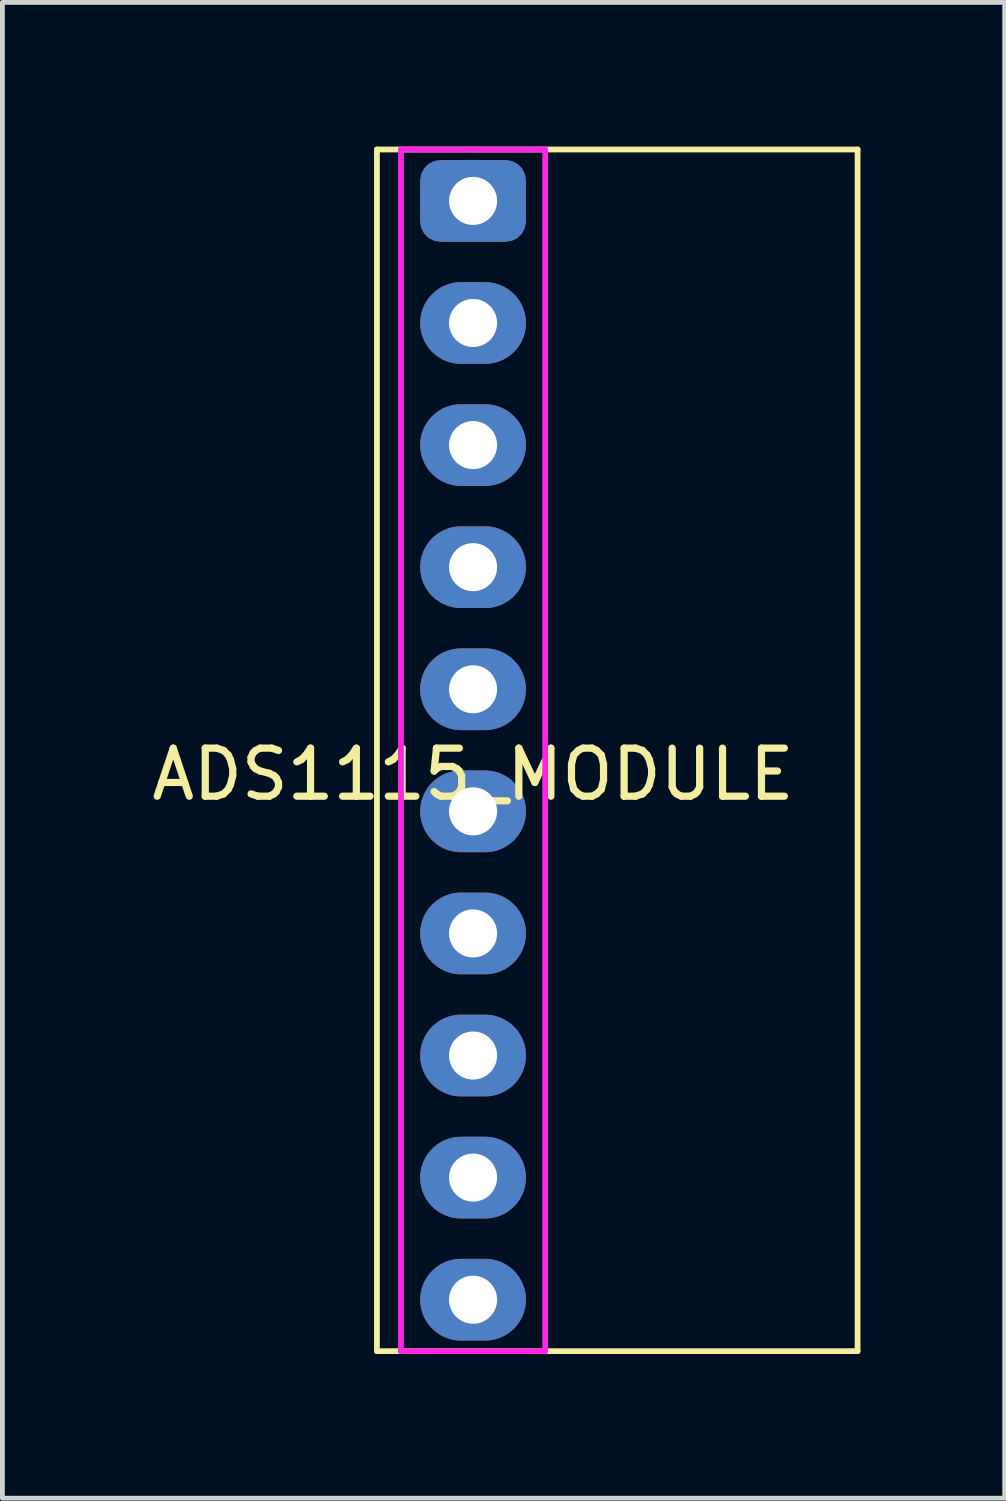
<source format=kicad_pcb>
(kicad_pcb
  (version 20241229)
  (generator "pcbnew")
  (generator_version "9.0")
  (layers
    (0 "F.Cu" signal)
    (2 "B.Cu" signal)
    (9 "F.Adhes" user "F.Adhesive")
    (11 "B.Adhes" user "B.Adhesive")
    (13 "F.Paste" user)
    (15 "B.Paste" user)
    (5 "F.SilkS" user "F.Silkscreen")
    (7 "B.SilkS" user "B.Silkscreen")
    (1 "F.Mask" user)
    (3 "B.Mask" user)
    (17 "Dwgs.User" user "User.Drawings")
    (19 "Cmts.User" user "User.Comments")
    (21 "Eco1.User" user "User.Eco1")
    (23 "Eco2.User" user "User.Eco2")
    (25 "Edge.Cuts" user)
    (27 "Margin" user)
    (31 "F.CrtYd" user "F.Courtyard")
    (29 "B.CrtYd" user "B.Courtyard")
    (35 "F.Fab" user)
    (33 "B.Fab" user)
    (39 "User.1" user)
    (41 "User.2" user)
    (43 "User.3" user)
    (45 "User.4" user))
  (footprint "ADS1115_MODULE"
    (layer "F.Cu")
    (at 6.792 12.56)
    (property "Reference" "ADS1115_MODULE" (at 0 0.5 0) (layer "F.SilkS") (effects (font (size 1 1) (thickness 0.15))))
    (attr through_hole)
    (fp_line (start -2 -12.5) (end 8 -12.5) (stroke (width 0.12) (type solid)) (layer "F.SilkS"))
    (fp_line (start -2 12.5) (end -2 -12.5) (stroke (width 0.12) (type solid)) (layer "F.SilkS"))
    (fp_line (start 8 -12.5) (end 8 12.5) (stroke (width 0.12) (type solid)) (layer "F.SilkS"))
    (fp_line (start 8 12.5) (end -2 12.5) (stroke (width 0.12) (type solid)) (layer "F.SilkS"))
    (fp_line (start -1.5 -12.5) (end 0 -12.5) (stroke (width 0.12) (type solid)) (layer "F.CrtYd"))
    (fp_line (start -1.5 12.5) (end -1.5 -12.5) (stroke (width 0.12) (type solid)) (layer "F.CrtYd"))
    (fp_line (start 0 -12.5) (end 1.5 -12.5) (stroke (width 0.12) (type solid)) (layer "F.CrtYd"))
    (fp_line (start 1.5 -12.5) (end 1.5 12.5) (stroke (width 0.12) (type solid)) (layer "F.CrtYd"))
    (fp_line (start 1.5 12.5) (end -1.5 12.5) (stroke (width 0.12) (type solid)) (layer "F.CrtYd"))
    (pad "1" thru_hole roundrect (at 0 -11.43) (size 2.2 1.7) (drill 1) (layers "*.Cu" "*.Mask") (roundrect_rratio 0.25))
    (pad "2" thru_hole oval (at 0 -8.89) (size 2.2 1.7) (drill 1) (layers "*.Cu" "*.Mask"))
    (pad "3" thru_hole oval (at 0 -6.35) (size 2.2 1.7) (drill 1) (layers "*.Cu" "*.Mask"))
    (pad "4" thru_hole oval (at 0 -3.81) (size 2.2 1.7) (drill 1) (layers "*.Cu" "*.Mask"))
    (pad "5" thru_hole oval (at 0 -1.27) (size 2.2 1.7) (drill 1) (layers "*.Cu" "*.Mask"))
    (pad "6" thru_hole oval (at 0 1.27) (size 2.2 1.7) (drill 1) (layers "*.Cu" "*.Mask"))
    (pad "7" thru_hole oval (at 0 3.81) (size 2.2 1.7) (drill 1) (layers "*.Cu" "*.Mask"))
    (pad "8" thru_hole oval (at 0 6.35) (size 2.2 1.7) (drill 1) (layers "*.Cu" "*.Mask"))
    (pad "9" thru_hole oval (at 0 8.89) (size 2.2 1.7) (drill 1) (layers "*.Cu" "*.Mask"))
    (pad "10" thru_hole oval (at 0 11.43) (size 2.2 1.7) (drill 1) (layers "*.Cu" "*.Mask")))
  (gr_rect
    (start -3 -3)
    (end 17.852 28.12)
    (stroke (width 0.1) (type default))
    (fill no)
    (layer "Edge.Cuts")))
</source>
